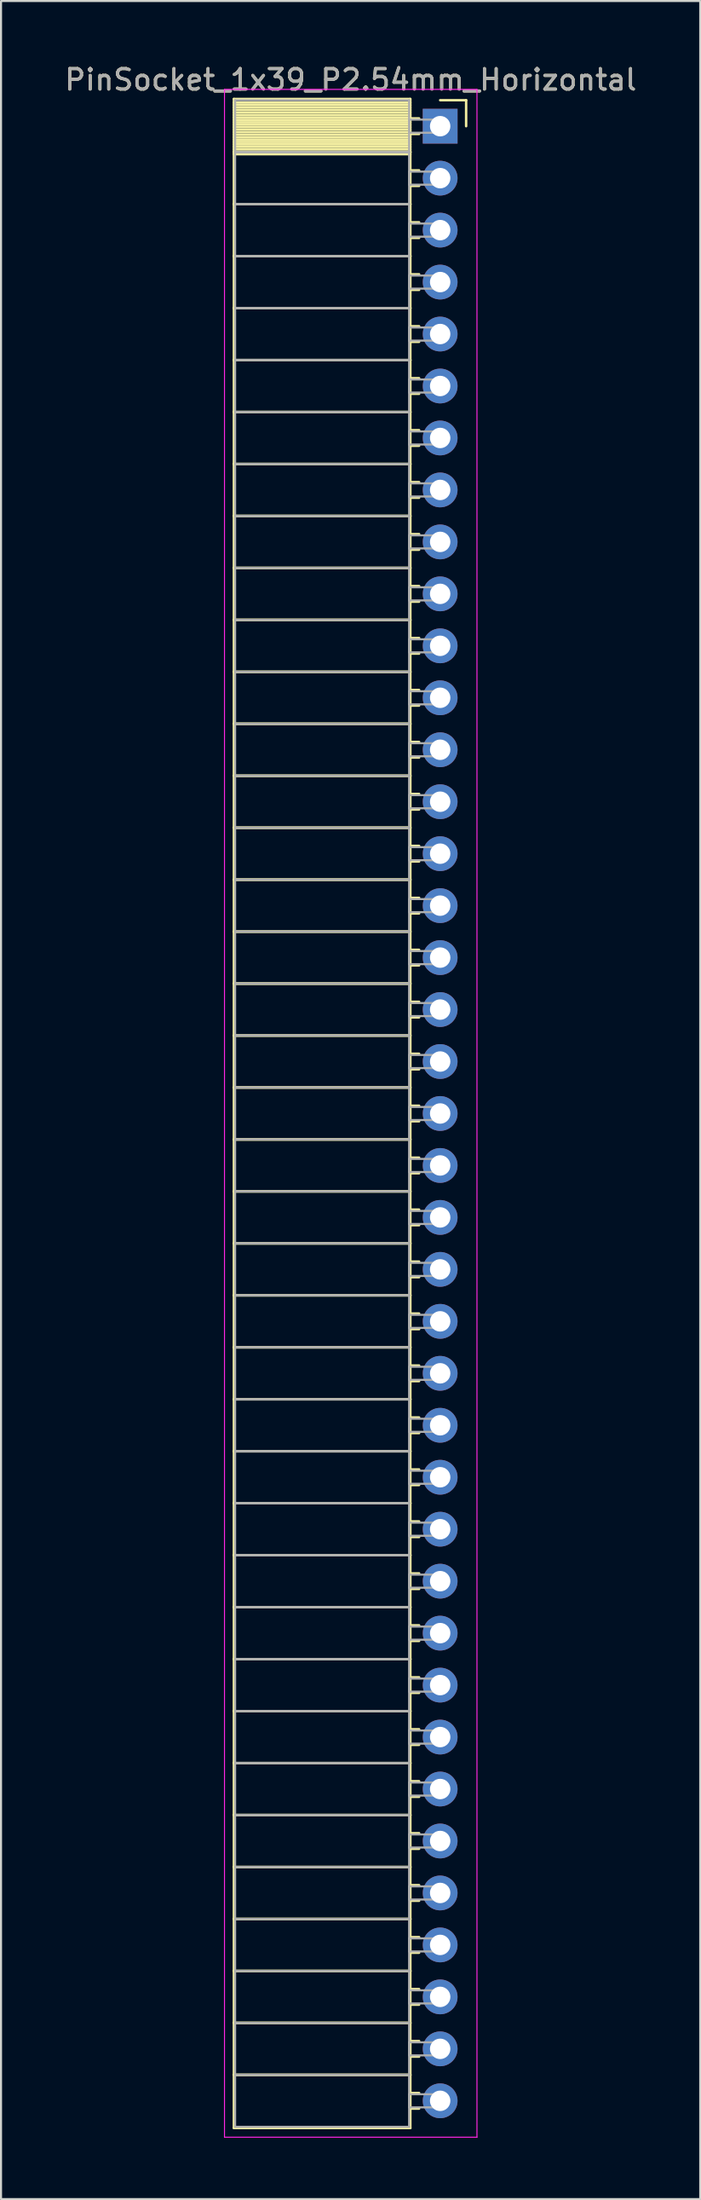
<source format=kicad_pcb>
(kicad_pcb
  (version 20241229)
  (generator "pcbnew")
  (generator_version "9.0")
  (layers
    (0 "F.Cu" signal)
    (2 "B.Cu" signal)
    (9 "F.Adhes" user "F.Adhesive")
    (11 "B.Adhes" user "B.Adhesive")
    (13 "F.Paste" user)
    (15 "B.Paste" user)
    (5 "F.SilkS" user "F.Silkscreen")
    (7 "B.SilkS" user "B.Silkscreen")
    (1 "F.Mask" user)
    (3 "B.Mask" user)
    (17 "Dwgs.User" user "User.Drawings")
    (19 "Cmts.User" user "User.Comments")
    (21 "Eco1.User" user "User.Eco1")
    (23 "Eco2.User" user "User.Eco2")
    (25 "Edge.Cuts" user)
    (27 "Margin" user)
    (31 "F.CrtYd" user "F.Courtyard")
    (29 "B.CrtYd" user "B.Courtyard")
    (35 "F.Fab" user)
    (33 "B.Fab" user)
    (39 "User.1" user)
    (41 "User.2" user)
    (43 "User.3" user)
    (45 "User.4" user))
  (footprint "PinSocket_1x39_P2.54mm_Horizontal"
    (layer "F.Cu")
    (at 18.481 3.118)
    (property "Reference" "PinSocket_1x39_P2.54mm_Horizontal" (at -4.38 -2.27 0) (layer "F.SilkS") (effects (font (size 1 1) (thickness 0.15))))
    (attr through_hole)
    (fp_line (start -10.09 -1.33) (end -1.46 -1.33) (stroke (width 0.12) (type solid)) (layer "F.SilkS"))
    (fp_line (start -10.09 1.27) (end -10.09 -1.33) (stroke (width 0.12) (type solid)) (layer "F.SilkS"))
    (fp_line (start -10.09 1.27) (end -1.46 1.27) (stroke (width 0.12) (type solid)) (layer "F.SilkS"))
    (fp_line (start -10.09 3.81) (end -10.09 1.27) (stroke (width 0.12) (type solid)) (layer "F.SilkS"))
    (fp_line (start -10.09 3.81) (end -1.46 3.81) (stroke (width 0.12) (type solid)) (layer "F.SilkS"))
    (fp_line (start -10.09 6.35) (end -10.09 3.81) (stroke (width 0.12) (type solid)) (layer "F.SilkS"))
    (fp_line (start -10.09 6.35) (end -1.46 6.35) (stroke (width 0.12) (type solid)) (layer "F.SilkS"))
    (fp_line (start -10.09 8.89) (end -10.09 6.35) (stroke (width 0.12) (type solid)) (layer "F.SilkS"))
    (fp_line (start -10.09 8.89) (end -1.46 8.89) (stroke (width 0.12) (type solid)) (layer "F.SilkS"))
    (fp_line (start -10.09 11.43) (end -10.09 8.89) (stroke (width 0.12) (type solid)) (layer "F.SilkS"))
    (fp_line (start -10.09 11.43) (end -1.46 11.43) (stroke (width 0.12) (type solid)) (layer "F.SilkS"))
    (fp_line (start -10.09 13.97) (end -10.09 11.43) (stroke (width 0.12) (type solid)) (layer "F.SilkS"))
    (fp_line (start -10.09 13.97) (end -1.46 13.97) (stroke (width 0.12) (type solid)) (layer "F.SilkS"))
    (fp_line (start -10.09 16.51) (end -10.09 13.97) (stroke (width 0.12) (type solid)) (layer "F.SilkS"))
    (fp_line (start -10.09 16.51) (end -1.46 16.51) (stroke (width 0.12) (type solid)) (layer "F.SilkS"))
    (fp_line (start -10.09 19.05) (end -10.09 16.51) (stroke (width 0.12) (type solid)) (layer "F.SilkS"))
    (fp_line (start -10.09 19.05) (end -1.46 19.05) (stroke (width 0.12) (type solid)) (layer "F.SilkS"))
    (fp_line (start -10.09 21.59) (end -10.09 19.05) (stroke (width 0.12) (type solid)) (layer "F.SilkS"))
    (fp_line (start -10.09 21.59) (end -1.46 21.59) (stroke (width 0.12) (type solid)) (layer "F.SilkS"))
    (fp_line (start -10.09 24.13) (end -10.09 21.59) (stroke (width 0.12) (type solid)) (layer "F.SilkS"))
    (fp_line (start -10.09 24.13) (end -1.46 24.13) (stroke (width 0.12) (type solid)) (layer "F.SilkS"))
    (fp_line (start -10.09 26.67) (end -10.09 24.13) (stroke (width 0.12) (type solid)) (layer "F.SilkS"))
    (fp_line (start -10.09 26.67) (end -1.46 26.67) (stroke (width 0.12) (type solid)) (layer "F.SilkS"))
    (fp_line (start -10.09 29.21) (end -10.09 26.67) (stroke (width 0.12) (type solid)) (layer "F.SilkS"))
    (fp_line (start -10.09 29.21) (end -1.46 29.21) (stroke (width 0.12) (type solid)) (layer "F.SilkS"))
    (fp_line (start -10.09 31.75) (end -10.09 29.21) (stroke (width 0.12) (type solid)) (layer "F.SilkS"))
    (fp_line (start -10.09 31.75) (end -1.46 31.75) (stroke (width 0.12) (type solid)) (layer "F.SilkS"))
    (fp_line (start -10.09 34.29) (end -10.09 31.75) (stroke (width 0.12) (type solid)) (layer "F.SilkS"))
    (fp_line (start -10.09 34.29) (end -1.46 34.29) (stroke (width 0.12) (type solid)) (layer "F.SilkS"))
    (fp_line (start -10.09 36.83) (end -10.09 34.29) (stroke (width 0.12) (type solid)) (layer "F.SilkS"))
    (fp_line (start -10.09 36.83) (end -1.46 36.83) (stroke (width 0.12) (type solid)) (layer "F.SilkS"))
    (fp_line (start -10.09 39.37) (end -10.09 36.83) (stroke (width 0.12) (type solid)) (layer "F.SilkS"))
    (fp_line (start -10.09 39.37) (end -1.46 39.37) (stroke (width 0.12) (type solid)) (layer "F.SilkS"))
    (fp_line (start -10.09 41.91) (end -10.09 39.37) (stroke (width 0.12) (type solid)) (layer "F.SilkS"))
    (fp_line (start -10.09 41.91) (end -1.46 41.91) (stroke (width 0.12) (type solid)) (layer "F.SilkS"))
    (fp_line (start -10.09 44.45) (end -10.09 41.91) (stroke (width 0.12) (type solid)) (layer "F.SilkS"))
    (fp_line (start -10.09 44.45) (end -1.46 44.45) (stroke (width 0.12) (type solid)) (layer "F.SilkS"))
    (fp_line (start -10.09 46.99) (end -10.09 44.45) (stroke (width 0.12) (type solid)) (layer "F.SilkS"))
    (fp_line (start -10.09 46.99) (end -1.46 46.99) (stroke (width 0.12) (type solid)) (layer "F.SilkS"))
    (fp_line (start -10.09 49.53) (end -10.09 46.99) (stroke (width 0.12) (type solid)) (layer "F.SilkS"))
    (fp_line (start -10.09 49.53) (end -1.46 49.53) (stroke (width 0.12) (type solid)) (layer "F.SilkS"))
    (fp_line (start -10.09 52.07) (end -10.09 49.53) (stroke (width 0.12) (type solid)) (layer "F.SilkS"))
    (fp_line (start -10.09 52.07) (end -1.46 52.07) (stroke (width 0.12) (type solid)) (layer "F.SilkS"))
    (fp_line (start -10.09 54.61) (end -10.09 52.07) (stroke (width 0.12) (type solid)) (layer "F.SilkS"))
    (fp_line (start -10.09 54.61) (end -1.46 54.61) (stroke (width 0.12) (type solid)) (layer "F.SilkS"))
    (fp_line (start -10.09 57.15) (end -10.09 54.61) (stroke (width 0.12) (type solid)) (layer "F.SilkS"))
    (fp_line (start -10.09 57.15) (end -1.46 57.15) (stroke (width 0.12) (type solid)) (layer "F.SilkS"))
    (fp_line (start -10.09 59.69) (end -10.09 57.15) (stroke (width 0.12) (type solid)) (layer "F.SilkS"))
    (fp_line (start -10.09 59.69) (end -1.46 59.69) (stroke (width 0.12) (type solid)) (layer "F.SilkS"))
    (fp_line (start -10.09 62.23) (end -10.09 59.69) (stroke (width 0.12) (type solid)) (layer "F.SilkS"))
    (fp_line (start -10.09 62.23) (end -1.46 62.23) (stroke (width 0.12) (type solid)) (layer "F.SilkS"))
    (fp_line (start -10.09 64.77) (end -10.09 62.23) (stroke (width 0.12) (type solid)) (layer "F.SilkS"))
    (fp_line (start -10.09 64.77) (end -1.46 64.77) (stroke (width 0.12) (type solid)) (layer "F.SilkS"))
    (fp_line (start -10.09 67.31) (end -10.09 64.77) (stroke (width 0.12) (type solid)) (layer "F.SilkS"))
    (fp_line (start -10.09 67.31) (end -1.46 67.31) (stroke (width 0.12) (type solid)) (layer "F.SilkS"))
    (fp_line (start -10.09 69.85) (end -10.09 67.31) (stroke (width 0.12) (type solid)) (layer "F.SilkS"))
    (fp_line (start -10.09 69.85) (end -1.46 69.85) (stroke (width 0.12) (type solid)) (layer "F.SilkS"))
    (fp_line (start -10.09 72.39) (end -10.09 69.85) (stroke (width 0.12) (type solid)) (layer "F.SilkS"))
    (fp_line (start -10.09 72.39) (end -1.46 72.39) (stroke (width 0.12) (type solid)) (layer "F.SilkS"))
    (fp_line (start -10.09 74.93) (end -10.09 72.39) (stroke (width 0.12) (type solid)) (layer "F.SilkS"))
    (fp_line (start -10.09 74.93) (end -1.46 74.93) (stroke (width 0.12) (type solid)) (layer "F.SilkS"))
    (fp_line (start -10.09 77.47) (end -10.09 74.93) (stroke (width 0.12) (type solid)) (layer "F.SilkS"))
    (fp_line (start -10.09 77.47) (end -1.46 77.47) (stroke (width 0.12) (type solid)) (layer "F.SilkS"))
    (fp_line (start -10.09 80.01) (end -10.09 77.47) (stroke (width 0.12) (type solid)) (layer "F.SilkS"))
    (fp_line (start -10.09 80.01) (end -1.46 80.01) (stroke (width 0.12) (type solid)) (layer "F.SilkS"))
    (fp_line (start -10.09 82.55) (end -10.09 80.01) (stroke (width 0.12) (type solid)) (layer "F.SilkS"))
    (fp_line (start -10.09 82.55) (end -1.46 82.55) (stroke (width 0.12) (type solid)) (layer "F.SilkS"))
    (fp_line (start -10.09 85.09) (end -10.09 82.55) (stroke (width 0.12) (type solid)) (layer "F.SilkS"))
    (fp_line (start -10.09 85.09) (end -1.46 85.09) (stroke (width 0.12) (type solid)) (layer "F.SilkS"))
    (fp_line (start -10.09 87.63) (end -10.09 85.09) (stroke (width 0.12) (type solid)) (layer "F.SilkS"))
    (fp_line (start -10.09 87.63) (end -1.46 87.63) (stroke (width 0.12) (type solid)) (layer "F.SilkS"))
    (fp_line (start -10.09 90.17) (end -10.09 87.63) (stroke (width 0.12) (type solid)) (layer "F.SilkS"))
    (fp_line (start -10.09 90.17) (end -1.46 90.17) (stroke (width 0.12) (type solid)) (layer "F.SilkS"))
    (fp_line (start -10.09 92.71) (end -10.09 90.17) (stroke (width 0.12) (type solid)) (layer "F.SilkS"))
    (fp_line (start -10.09 92.71) (end -1.46 92.71) (stroke (width 0.12) (type solid)) (layer "F.SilkS"))
    (fp_line (start -10.09 95.25) (end -10.09 92.71) (stroke (width 0.12) (type solid)) (layer "F.SilkS"))
    (fp_line (start -10.09 95.25) (end -1.46 95.25) (stroke (width 0.12) (type solid)) (layer "F.SilkS"))
    (fp_line (start -10.09 97.85) (end -10.09 95.25) (stroke (width 0.12) (type solid)) (layer "F.SilkS"))
    (fp_line (start -1.46 -1.33) (end -1.46 1.27) (stroke (width 0.12) (type solid)) (layer "F.SilkS"))
    (fp_line (start -1.46 -1.15) (end -10.09 -1.15) (stroke (width 0.12) (type solid)) (layer "F.SilkS"))
    (fp_line (start -1.46 -1.03) (end -10.09 -1.03) (stroke (width 0.12) (type solid)) (layer "F.SilkS"))
    (fp_line (start -1.46 -0.91) (end -10.09 -0.91) (stroke (width 0.12) (type solid)) (layer "F.SilkS"))
    (fp_line (start -1.46 -0.79) (end -10.09 -0.79) (stroke (width 0.12) (type solid)) (layer "F.SilkS"))
    (fp_line (start -1.46 -0.67) (end -10.09 -0.67) (stroke (width 0.12) (type solid)) (layer "F.SilkS"))
    (fp_line (start -1.46 -0.55) (end -10.09 -0.55) (stroke (width 0.12) (type solid)) (layer "F.SilkS"))
    (fp_line (start -1.46 -0.43) (end -10.09 -0.43) (stroke (width 0.12) (type solid)) (layer "F.SilkS"))
    (fp_line (start -1.46 -0.31) (end -10.09 -0.31) (stroke (width 0.12) (type solid)) (layer "F.SilkS"))
    (fp_line (start -1.46 -0.19) (end -10.09 -0.19) (stroke (width 0.12) (type solid)) (layer "F.SilkS"))
    (fp_line (start -1.46 -0.07) (end -10.09 -0.07) (stroke (width 0.12) (type solid)) (layer "F.SilkS"))
    (fp_line (start -1.46 0.05) (end -10.09 0.05) (stroke (width 0.12) (type solid)) (layer "F.SilkS"))
    (fp_line (start -1.46 0.17) (end -10.09 0.17) (stroke (width 0.12) (type solid)) (layer "F.SilkS"))
    (fp_line (start -1.46 0.29) (end -10.09 0.29) (stroke (width 0.12) (type solid)) (layer "F.SilkS"))
    (fp_line (start -1.46 0.41) (end -10.09 0.41) (stroke (width 0.12) (type solid)) (layer "F.SilkS"))
    (fp_line (start -1.46 0.53) (end -10.09 0.53) (stroke (width 0.12) (type solid)) (layer "F.SilkS"))
    (fp_line (start -1.46 0.65) (end -10.09 0.65) (stroke (width 0.12) (type solid)) (layer "F.SilkS"))
    (fp_line (start -1.46 0.77) (end -10.09 0.77) (stroke (width 0.12) (type solid)) (layer "F.SilkS"))
    (fp_line (start -1.46 0.89) (end -10.09 0.89) (stroke (width 0.12) (type solid)) (layer "F.SilkS"))
    (fp_line (start -1.46 1.01) (end -10.09 1.01) (stroke (width 0.12) (type solid)) (layer "F.SilkS"))
    (fp_line (start -1.46 1.13) (end -10.09 1.13) (stroke (width 0.12) (type solid)) (layer "F.SilkS"))
    (fp_line (start -1.46 1.25) (end -10.09 1.25) (stroke (width 0.12) (type solid)) (layer "F.SilkS"))
    (fp_line (start -1.46 1.27) (end -10.09 1.27) (stroke (width 0.12) (type solid)) (layer "F.SilkS"))
    (fp_line (start -1.46 1.27) (end -1.46 3.81) (stroke (width 0.12) (type solid)) (layer "F.SilkS"))
    (fp_line (start -1.46 1.37) (end -10.09 1.37) (stroke (width 0.12) (type solid)) (layer "F.SilkS"))
    (fp_line (start -1.46 3.81) (end -10.09 3.81) (stroke (width 0.12) (type solid)) (layer "F.SilkS"))
    (fp_line (start -1.46 3.81) (end -1.46 6.35) (stroke (width 0.12) (type solid)) (layer "F.SilkS"))
    (fp_line (start -1.46 6.35) (end -10.09 6.35) (stroke (width 0.12) (type solid)) (layer "F.SilkS"))
    (fp_line (start -1.46 6.35) (end -1.46 8.89) (stroke (width 0.12) (type solid)) (layer "F.SilkS"))
    (fp_line (start -1.46 8.89) (end -10.09 8.89) (stroke (width 0.12) (type solid)) (layer "F.SilkS"))
    (fp_line (start -1.46 8.89) (end -1.46 11.43) (stroke (width 0.12) (type solid)) (layer "F.SilkS"))
    (fp_line (start -1.46 11.43) (end -10.09 11.43) (stroke (width 0.12) (type solid)) (layer "F.SilkS"))
    (fp_line (start -1.46 11.43) (end -1.46 13.97) (stroke (width 0.12) (type solid)) (layer "F.SilkS"))
    (fp_line (start -1.46 13.97) (end -10.09 13.97) (stroke (width 0.12) (type solid)) (layer "F.SilkS"))
    (fp_line (start -1.46 13.97) (end -1.46 16.51) (stroke (width 0.12) (type solid)) (layer "F.SilkS"))
    (fp_line (start -1.46 16.51) (end -10.09 16.51) (stroke (width 0.12) (type solid)) (layer "F.SilkS"))
    (fp_line (start -1.46 16.51) (end -1.46 19.05) (stroke (width 0.12) (type solid)) (layer "F.SilkS"))
    (fp_line (start -1.46 19.05) (end -10.09 19.05) (stroke (width 0.12) (type solid)) (layer "F.SilkS"))
    (fp_line (start -1.46 19.05) (end -1.46 21.59) (stroke (width 0.12) (type solid)) (layer "F.SilkS"))
    (fp_line (start -1.46 21.59) (end -10.09 21.59) (stroke (width 0.12) (type solid)) (layer "F.SilkS"))
    (fp_line (start -1.46 21.59) (end -1.46 24.13) (stroke (width 0.12) (type solid)) (layer "F.SilkS"))
    (fp_line (start -1.46 24.13) (end -10.09 24.13) (stroke (width 0.12) (type solid)) (layer "F.SilkS"))
    (fp_line (start -1.46 24.13) (end -1.46 26.67) (stroke (width 0.12) (type solid)) (layer "F.SilkS"))
    (fp_line (start -1.46 26.67) (end -10.09 26.67) (stroke (width 0.12) (type solid)) (layer "F.SilkS"))
    (fp_line (start -1.46 26.67) (end -1.46 29.21) (stroke (width 0.12) (type solid)) (layer "F.SilkS"))
    (fp_line (start -1.46 29.21) (end -10.09 29.21) (stroke (width 0.12) (type solid)) (layer "F.SilkS"))
    (fp_line (start -1.46 29.21) (end -1.46 31.75) (stroke (width 0.12) (type solid)) (layer "F.SilkS"))
    (fp_line (start -1.46 31.75) (end -10.09 31.75) (stroke (width 0.12) (type solid)) (layer "F.SilkS"))
    (fp_line (start -1.46 31.75) (end -1.46 34.29) (stroke (width 0.12) (type solid)) (layer "F.SilkS"))
    (fp_line (start -1.46 34.29) (end -10.09 34.29) (stroke (width 0.12) (type solid)) (layer "F.SilkS"))
    (fp_line (start -1.46 34.29) (end -1.46 36.83) (stroke (width 0.12) (type solid)) (layer "F.SilkS"))
    (fp_line (start -1.46 36.83) (end -10.09 36.83) (stroke (width 0.12) (type solid)) (layer "F.SilkS"))
    (fp_line (start -1.46 36.83) (end -1.46 39.37) (stroke (width 0.12) (type solid)) (layer "F.SilkS"))
    (fp_line (start -1.46 39.37) (end -10.09 39.37) (stroke (width 0.12) (type solid)) (layer "F.SilkS"))
    (fp_line (start -1.46 39.37) (end -1.46 41.91) (stroke (width 0.12) (type solid)) (layer "F.SilkS"))
    (fp_line (start -1.46 41.91) (end -10.09 41.91) (stroke (width 0.12) (type solid)) (layer "F.SilkS"))
    (fp_line (start -1.46 41.91) (end -1.46 44.45) (stroke (width 0.12) (type solid)) (layer "F.SilkS"))
    (fp_line (start -1.46 44.45) (end -10.09 44.45) (stroke (width 0.12) (type solid)) (layer "F.SilkS"))
    (fp_line (start -1.46 44.45) (end -1.46 46.99) (stroke (width 0.12) (type solid)) (layer "F.SilkS"))
    (fp_line (start -1.46 46.99) (end -10.09 46.99) (stroke (width 0.12) (type solid)) (layer "F.SilkS"))
    (fp_line (start -1.46 46.99) (end -1.46 49.53) (stroke (width 0.12) (type solid)) (layer "F.SilkS"))
    (fp_line (start -1.46 49.53) (end -10.09 49.53) (stroke (width 0.12) (type solid)) (layer "F.SilkS"))
    (fp_line (start -1.46 49.53) (end -1.46 52.07) (stroke (width 0.12) (type solid)) (layer "F.SilkS"))
    (fp_line (start -1.46 52.07) (end -10.09 52.07) (stroke (width 0.12) (type solid)) (layer "F.SilkS"))
    (fp_line (start -1.46 52.07) (end -1.46 54.61) (stroke (width 0.12) (type solid)) (layer "F.SilkS"))
    (fp_line (start -1.46 54.61) (end -10.09 54.61) (stroke (width 0.12) (type solid)) (layer "F.SilkS"))
    (fp_line (start -1.46 54.61) (end -1.46 57.15) (stroke (width 0.12) (type solid)) (layer "F.SilkS"))
    (fp_line (start -1.46 57.15) (end -10.09 57.15) (stroke (width 0.12) (type solid)) (layer "F.SilkS"))
    (fp_line (start -1.46 57.15) (end -1.46 59.69) (stroke (width 0.12) (type solid)) (layer "F.SilkS"))
    (fp_line (start -1.46 59.69) (end -10.09 59.69) (stroke (width 0.12) (type solid)) (layer "F.SilkS"))
    (fp_line (start -1.46 59.69) (end -1.46 62.23) (stroke (width 0.12) (type solid)) (layer "F.SilkS"))
    (fp_line (start -1.46 62.23) (end -10.09 62.23) (stroke (width 0.12) (type solid)) (layer "F.SilkS"))
    (fp_line (start -1.46 62.23) (end -1.46 64.77) (stroke (width 0.12) (type solid)) (layer "F.SilkS"))
    (fp_line (start -1.46 64.77) (end -10.09 64.77) (stroke (width 0.12) (type solid)) (layer "F.SilkS"))
    (fp_line (start -1.46 64.77) (end -1.46 67.31) (stroke (width 0.12) (type solid)) (layer "F.SilkS"))
    (fp_line (start -1.46 67.31) (end -10.09 67.31) (stroke (width 0.12) (type solid)) (layer "F.SilkS"))
    (fp_line (start -1.46 67.31) (end -1.46 69.85) (stroke (width 0.12) (type solid)) (layer "F.SilkS"))
    (fp_line (start -1.46 69.85) (end -10.09 69.85) (stroke (width 0.12) (type solid)) (layer "F.SilkS"))
    (fp_line (start -1.46 69.85) (end -1.46 72.39) (stroke (width 0.12) (type solid)) (layer "F.SilkS"))
    (fp_line (start -1.46 72.39) (end -10.09 72.39) (stroke (width 0.12) (type solid)) (layer "F.SilkS"))
    (fp_line (start -1.46 72.39) (end -1.46 74.93) (stroke (width 0.12) (type solid)) (layer "F.SilkS"))
    (fp_line (start -1.46 74.93) (end -10.09 74.93) (stroke (width 0.12) (type solid)) (layer "F.SilkS"))
    (fp_line (start -1.46 74.93) (end -1.46 77.47) (stroke (width 0.12) (type solid)) (layer "F.SilkS"))
    (fp_line (start -1.46 77.47) (end -10.09 77.47) (stroke (width 0.12) (type solid)) (layer "F.SilkS"))
    (fp_line (start -1.46 77.47) (end -1.46 80.01) (stroke (width 0.12) (type solid)) (layer "F.SilkS"))
    (fp_line (start -1.46 80.01) (end -10.09 80.01) (stroke (width 0.12) (type solid)) (layer "F.SilkS"))
    (fp_line (start -1.46 80.01) (end -1.46 82.55) (stroke (width 0.12) (type solid)) (layer "F.SilkS"))
    (fp_line (start -1.46 82.55) (end -10.09 82.55) (stroke (width 0.12) (type solid)) (layer "F.SilkS"))
    (fp_line (start -1.46 82.55) (end -1.46 85.09) (stroke (width 0.12) (type solid)) (layer "F.SilkS"))
    (fp_line (start -1.46 85.09) (end -10.09 85.09) (stroke (width 0.12) (type solid)) (layer "F.SilkS"))
    (fp_line (start -1.46 85.09) (end -1.46 87.63) (stroke (width 0.12) (type solid)) (layer "F.SilkS"))
    (fp_line (start -1.46 87.63) (end -10.09 87.63) (stroke (width 0.12) (type solid)) (layer "F.SilkS"))
    (fp_line (start -1.46 87.63) (end -1.46 90.17) (stroke (width 0.12) (type solid)) (layer "F.SilkS"))
    (fp_line (start -1.46 90.17) (end -10.09 90.17) (stroke (width 0.12) (type solid)) (layer "F.SilkS"))
    (fp_line (start -1.46 90.17) (end -1.46 92.71) (stroke (width 0.12) (type solid)) (layer "F.SilkS"))
    (fp_line (start -1.46 92.71) (end -10.09 92.71) (stroke (width 0.12) (type solid)) (layer "F.SilkS"))
    (fp_line (start -1.46 92.71) (end -1.46 95.25) (stroke (width 0.12) (type solid)) (layer "F.SilkS"))
    (fp_line (start -1.46 95.25) (end -10.09 95.25) (stroke (width 0.12) (type solid)) (layer "F.SilkS"))
    (fp_line (start -1.46 95.25) (end -1.46 97.85) (stroke (width 0.12) (type solid)) (layer "F.SilkS"))
    (fp_line (start -1.46 97.85) (end -10.09 97.85) (stroke (width 0.12) (type solid)) (layer "F.SilkS"))
    (fp_line (start -1.03 -0.38) (end -1.46 -0.38) (stroke (width 0.12) (type solid)) (layer "F.SilkS"))
    (fp_line (start -1.03 0.38) (end -1.46 0.38) (stroke (width 0.12) (type solid)) (layer "F.SilkS"))
    (fp_line (start -1.03 2.16) (end -1.46 2.16) (stroke (width 0.12) (type solid)) (layer "F.SilkS"))
    (fp_line (start -1.03 2.92) (end -1.46 2.92) (stroke (width 0.12) (type solid)) (layer "F.SilkS"))
    (fp_line (start -1.03 4.7) (end -1.46 4.7) (stroke (width 0.12) (type solid)) (layer "F.SilkS"))
    (fp_line (start -1.03 5.46) (end -1.46 5.46) (stroke (width 0.12) (type solid)) (layer "F.SilkS"))
    (fp_line (start -1.03 7.24) (end -1.46 7.24) (stroke (width 0.12) (type solid)) (layer "F.SilkS"))
    (fp_line (start -1.03 8) (end -1.46 8) (stroke (width 0.12) (type solid)) (layer "F.SilkS"))
    (fp_line (start -1.03 9.78) (end -1.46 9.78) (stroke (width 0.12) (type solid)) (layer "F.SilkS"))
    (fp_line (start -1.03 10.54) (end -1.46 10.54) (stroke (width 0.12) (type solid)) (layer "F.SilkS"))
    (fp_line (start -1.03 12.32) (end -1.46 12.32) (stroke (width 0.12) (type solid)) (layer "F.SilkS"))
    (fp_line (start -1.03 13.08) (end -1.46 13.08) (stroke (width 0.12) (type solid)) (layer "F.SilkS"))
    (fp_line (start -1.03 14.86) (end -1.46 14.86) (stroke (width 0.12) (type solid)) (layer "F.SilkS"))
    (fp_line (start -1.03 15.62) (end -1.46 15.62) (stroke (width 0.12) (type solid)) (layer "F.SilkS"))
    (fp_line (start -1.03 17.4) (end -1.46 17.4) (stroke (width 0.12) (type solid)) (layer "F.SilkS"))
    (fp_line (start -1.03 18.16) (end -1.46 18.16) (stroke (width 0.12) (type solid)) (layer "F.SilkS"))
    (fp_line (start -1.03 19.94) (end -1.46 19.94) (stroke (width 0.12) (type solid)) (layer "F.SilkS"))
    (fp_line (start -1.03 20.7) (end -1.46 20.7) (stroke (width 0.12) (type solid)) (layer "F.SilkS"))
    (fp_line (start -1.03 22.48) (end -1.46 22.48) (stroke (width 0.12) (type solid)) (layer "F.SilkS"))
    (fp_line (start -1.03 23.24) (end -1.46 23.24) (stroke (width 0.12) (type solid)) (layer "F.SilkS"))
    (fp_line (start -1.03 25.02) (end -1.46 25.02) (stroke (width 0.12) (type solid)) (layer "F.SilkS"))
    (fp_line (start -1.03 25.78) (end -1.46 25.78) (stroke (width 0.12) (type solid)) (layer "F.SilkS"))
    (fp_line (start -1.03 27.56) (end -1.46 27.56) (stroke (width 0.12) (type solid)) (layer "F.SilkS"))
    (fp_line (start -1.03 28.32) (end -1.46 28.32) (stroke (width 0.12) (type solid)) (layer "F.SilkS"))
    (fp_line (start -1.03 30.1) (end -1.46 30.1) (stroke (width 0.12) (type solid)) (layer "F.SilkS"))
    (fp_line (start -1.03 30.86) (end -1.46 30.86) (stroke (width 0.12) (type solid)) (layer "F.SilkS"))
    (fp_line (start -1.03 32.64) (end -1.46 32.64) (stroke (width 0.12) (type solid)) (layer "F.SilkS"))
    (fp_line (start -1.03 33.4) (end -1.46 33.4) (stroke (width 0.12) (type solid)) (layer "F.SilkS"))
    (fp_line (start -1.03 35.18) (end -1.46 35.18) (stroke (width 0.12) (type solid)) (layer "F.SilkS"))
    (fp_line (start -1.03 35.94) (end -1.46 35.94) (stroke (width 0.12) (type solid)) (layer "F.SilkS"))
    (fp_line (start -1.03 37.72) (end -1.46 37.72) (stroke (width 0.12) (type solid)) (layer "F.SilkS"))
    (fp_line (start -1.03 38.48) (end -1.46 38.48) (stroke (width 0.12) (type solid)) (layer "F.SilkS"))
    (fp_line (start -1.03 40.26) (end -1.46 40.26) (stroke (width 0.12) (type solid)) (layer "F.SilkS"))
    (fp_line (start -1.03 41.02) (end -1.46 41.02) (stroke (width 0.12) (type solid)) (layer "F.SilkS"))
    (fp_line (start -1.03 42.8) (end -1.46 42.8) (stroke (width 0.12) (type solid)) (layer "F.SilkS"))
    (fp_line (start -1.03 43.56) (end -1.46 43.56) (stroke (width 0.12) (type solid)) (layer "F.SilkS"))
    (fp_line (start -1.03 45.34) (end -1.46 45.34) (stroke (width 0.12) (type solid)) (layer "F.SilkS"))
    (fp_line (start -1.03 46.1) (end -1.46 46.1) (stroke (width 0.12) (type solid)) (layer "F.SilkS"))
    (fp_line (start -1.03 47.88) (end -1.46 47.88) (stroke (width 0.12) (type solid)) (layer "F.SilkS"))
    (fp_line (start -1.03 48.64) (end -1.46 48.64) (stroke (width 0.12) (type solid)) (layer "F.SilkS"))
    (fp_line (start -1.03 50.42) (end -1.46 50.42) (stroke (width 0.12) (type solid)) (layer "F.SilkS"))
    (fp_line (start -1.03 51.18) (end -1.46 51.18) (stroke (width 0.12) (type solid)) (layer "F.SilkS"))
    (fp_line (start -1.03 52.96) (end -1.46 52.96) (stroke (width 0.12) (type solid)) (layer "F.SilkS"))
    (fp_line (start -1.03 53.72) (end -1.46 53.72) (stroke (width 0.12) (type solid)) (layer "F.SilkS"))
    (fp_line (start -1.03 55.5) (end -1.46 55.5) (stroke (width 0.12) (type solid)) (layer "F.SilkS"))
    (fp_line (start -1.03 56.26) (end -1.46 56.26) (stroke (width 0.12) (type solid)) (layer "F.SilkS"))
    (fp_line (start -1.03 58.04) (end -1.46 58.04) (stroke (width 0.12) (type solid)) (layer "F.SilkS"))
    (fp_line (start -1.03 58.8) (end -1.46 58.8) (stroke (width 0.12) (type solid)) (layer "F.SilkS"))
    (fp_line (start -1.03 60.58) (end -1.46 60.58) (stroke (width 0.12) (type solid)) (layer "F.SilkS"))
    (fp_line (start -1.03 61.34) (end -1.46 61.34) (stroke (width 0.12) (type solid)) (layer "F.SilkS"))
    (fp_line (start -1.03 63.12) (end -1.46 63.12) (stroke (width 0.12) (type solid)) (layer "F.SilkS"))
    (fp_line (start -1.03 63.88) (end -1.46 63.88) (stroke (width 0.12) (type solid)) (layer "F.SilkS"))
    (fp_line (start -1.03 65.66) (end -1.46 65.66) (stroke (width 0.12) (type solid)) (layer "F.SilkS"))
    (fp_line (start -1.03 66.42) (end -1.46 66.42) (stroke (width 0.12) (type solid)) (layer "F.SilkS"))
    (fp_line (start -1.03 68.2) (end -1.46 68.2) (stroke (width 0.12) (type solid)) (layer "F.SilkS"))
    (fp_line (start -1.03 68.96) (end -1.46 68.96) (stroke (width 0.12) (type solid)) (layer "F.SilkS"))
    (fp_line (start -1.03 70.74) (end -1.46 70.74) (stroke (width 0.12) (type solid)) (layer "F.SilkS"))
    (fp_line (start -1.03 71.5) (end -1.46 71.5) (stroke (width 0.12) (type solid)) (layer "F.SilkS"))
    (fp_line (start -1.03 73.28) (end -1.46 73.28) (stroke (width 0.12) (type solid)) (layer "F.SilkS"))
    (fp_line (start -1.03 74.04) (end -1.46 74.04) (stroke (width 0.12) (type solid)) (layer "F.SilkS"))
    (fp_line (start -1.03 75.82) (end -1.46 75.82) (stroke (width 0.12) (type solid)) (layer "F.SilkS"))
    (fp_line (start -1.03 76.58) (end -1.46 76.58) (stroke (width 0.12) (type solid)) (layer "F.SilkS"))
    (fp_line (start -1.03 78.36) (end -1.46 78.36) (stroke (width 0.12) (type solid)) (layer "F.SilkS"))
    (fp_line (start -1.03 79.12) (end -1.46 79.12) (stroke (width 0.12) (type solid)) (layer "F.SilkS"))
    (fp_line (start -1.03 80.9) (end -1.46 80.9) (stroke (width 0.12) (type solid)) (layer "F.SilkS"))
    (fp_line (start -1.03 81.66) (end -1.46 81.66) (stroke (width 0.12) (type solid)) (layer "F.SilkS"))
    (fp_line (start -1.03 83.44) (end -1.46 83.44) (stroke (width 0.12) (type solid)) (layer "F.SilkS"))
    (fp_line (start -1.03 84.2) (end -1.46 84.2) (stroke (width 0.12) (type solid)) (layer "F.SilkS"))
    (fp_line (start -1.03 85.98) (end -1.46 85.98) (stroke (width 0.12) (type solid)) (layer "F.SilkS"))
    (fp_line (start -1.03 86.74) (end -1.46 86.74) (stroke (width 0.12) (type solid)) (layer "F.SilkS"))
    (fp_line (start -1.03 88.52) (end -1.46 88.52) (stroke (width 0.12) (type solid)) (layer "F.SilkS"))
    (fp_line (start -1.03 89.28) (end -1.46 89.28) (stroke (width 0.12) (type solid)) (layer "F.SilkS"))
    (fp_line (start -1.03 91.06) (end -1.46 91.06) (stroke (width 0.12) (type solid)) (layer "F.SilkS"))
    (fp_line (start -1.03 91.82) (end -1.46 91.82) (stroke (width 0.12) (type solid)) (layer "F.SilkS"))
    (fp_line (start -1.03 93.6) (end -1.46 93.6) (stroke (width 0.12) (type solid)) (layer "F.SilkS"))
    (fp_line (start -1.03 94.36) (end -1.46 94.36) (stroke (width 0.12) (type solid)) (layer "F.SilkS"))
    (fp_line (start -1.03 96.14) (end -1.46 96.14) (stroke (width 0.12) (type solid)) (layer "F.SilkS"))
    (fp_line (start -1.03 96.9) (end -1.46 96.9) (stroke (width 0.12) (type solid)) (layer "F.SilkS"))
    (fp_line (start 0 -1.27) (end 1.27 -1.27) (stroke (width 0.12) (type solid)) (layer "F.SilkS"))
    (fp_line (start 1.27 -1.27) (end 1.27 0) (stroke (width 0.12) (type solid)) (layer "F.SilkS"))
    (fp_line (start -10.55 -1.8) (end 1.8 -1.8) (stroke (width 0.05) (type solid)) (layer "F.CrtYd"))
    (fp_line (start -10.55 98.3) (end -10.55 -1.8) (stroke (width 0.05) (type solid)) (layer "F.CrtYd"))
    (fp_line (start 1.8 -1.8) (end 1.8 98.3) (stroke (width 0.05) (type solid)) (layer "F.CrtYd"))
    (fp_line (start 1.8 98.3) (end -10.55 98.3) (stroke (width 0.05) (type solid)) (layer "F.CrtYd"))
    (fp_line (start -10.03 -1.27) (end -1.52 -1.27) (stroke (width 0.1) (type solid)) (layer "F.Fab"))
    (fp_line (start -10.03 1.27) (end -10.03 -1.27) (stroke (width 0.1) (type solid)) (layer "F.Fab"))
    (fp_line (start -10.03 1.27) (end -1.52 1.27) (stroke (width 0.1) (type solid)) (layer "F.Fab"))
    (fp_line (start -10.03 3.81) (end -10.03 1.27) (stroke (width 0.1) (type solid)) (layer "F.Fab"))
    (fp_line (start -10.03 3.81) (end -1.52 3.81) (stroke (width 0.1) (type solid)) (layer "F.Fab"))
    (fp_line (start -10.03 6.35) (end -10.03 3.81) (stroke (width 0.1) (type solid)) (layer "F.Fab"))
    (fp_line (start -10.03 6.35) (end -1.52 6.35) (stroke (width 0.1) (type solid)) (layer "F.Fab"))
    (fp_line (start -10.03 8.89) (end -10.03 6.35) (stroke (width 0.1) (type solid)) (layer "F.Fab"))
    (fp_line (start -10.03 8.89) (end -1.52 8.89) (stroke (width 0.1) (type solid)) (layer "F.Fab"))
    (fp_line (start -10.03 11.43) (end -10.03 8.89) (stroke (width 0.1) (type solid)) (layer "F.Fab"))
    (fp_line (start -10.03 11.43) (end -1.52 11.43) (stroke (width 0.1) (type solid)) (layer "F.Fab"))
    (fp_line (start -10.03 13.97) (end -10.03 11.43) (stroke (width 0.1) (type solid)) (layer "F.Fab"))
    (fp_line (start -10.03 13.97) (end -1.52 13.97) (stroke (width 0.1) (type solid)) (layer "F.Fab"))
    (fp_line (start -10.03 16.51) (end -10.03 13.97) (stroke (width 0.1) (type solid)) (layer "F.Fab"))
    (fp_line (start -10.03 16.51) (end -1.52 16.51) (stroke (width 0.1) (type solid)) (layer "F.Fab"))
    (fp_line (start -10.03 19.05) (end -10.03 16.51) (stroke (width 0.1) (type solid)) (layer "F.Fab"))
    (fp_line (start -10.03 19.05) (end -1.52 19.05) (stroke (width 0.1) (type solid)) (layer "F.Fab"))
    (fp_line (start -10.03 21.59) (end -10.03 19.05) (stroke (width 0.1) (type solid)) (layer "F.Fab"))
    (fp_line (start -10.03 21.59) (end -1.52 21.59) (stroke (width 0.1) (type solid)) (layer "F.Fab"))
    (fp_line (start -10.03 24.13) (end -10.03 21.59) (stroke (width 0.1) (type solid)) (layer "F.Fab"))
    (fp_line (start -10.03 24.13) (end -1.52 24.13) (stroke (width 0.1) (type solid)) (layer "F.Fab"))
    (fp_line (start -10.03 26.67) (end -10.03 24.13) (stroke (width 0.1) (type solid)) (layer "F.Fab"))
    (fp_line (start -10.03 26.67) (end -1.52 26.67) (stroke (width 0.1) (type solid)) (layer "F.Fab"))
    (fp_line (start -10.03 29.21) (end -10.03 26.67) (stroke (width 0.1) (type solid)) (layer "F.Fab"))
    (fp_line (start -10.03 29.21) (end -1.52 29.21) (stroke (width 0.1) (type solid)) (layer "F.Fab"))
    (fp_line (start -10.03 31.75) (end -10.03 29.21) (stroke (width 0.1) (type solid)) (layer "F.Fab"))
    (fp_line (start -10.03 31.75) (end -1.52 31.75) (stroke (width 0.1) (type solid)) (layer "F.Fab"))
    (fp_line (start -10.03 34.29) (end -10.03 31.75) (stroke (width 0.1) (type solid)) (layer "F.Fab"))
    (fp_line (start -10.03 34.29) (end -1.52 34.29) (stroke (width 0.1) (type solid)) (layer "F.Fab"))
    (fp_line (start -10.03 36.83) (end -10.03 34.29) (stroke (width 0.1) (type solid)) (layer "F.Fab"))
    (fp_line (start -10.03 36.83) (end -1.52 36.83) (stroke (width 0.1) (type solid)) (layer "F.Fab"))
    (fp_line (start -10.03 39.37) (end -10.03 36.83) (stroke (width 0.1) (type solid)) (layer "F.Fab"))
    (fp_line (start -10.03 39.37) (end -1.52 39.37) (stroke (width 0.1) (type solid)) (layer "F.Fab"))
    (fp_line (start -10.03 41.91) (end -10.03 39.37) (stroke (width 0.1) (type solid)) (layer "F.Fab"))
    (fp_line (start -10.03 41.91) (end -1.52 41.91) (stroke (width 0.1) (type solid)) (layer "F.Fab"))
    (fp_line (start -10.03 44.45) (end -10.03 41.91) (stroke (width 0.1) (type solid)) (layer "F.Fab"))
    (fp_line (start -10.03 44.45) (end -1.52 44.45) (stroke (width 0.1) (type solid)) (layer "F.Fab"))
    (fp_line (start -10.03 46.99) (end -10.03 44.45) (stroke (width 0.1) (type solid)) (layer "F.Fab"))
    (fp_line (start -10.03 46.99) (end -1.52 46.99) (stroke (width 0.1) (type solid)) (layer "F.Fab"))
    (fp_line (start -10.03 49.53) (end -10.03 46.99) (stroke (width 0.1) (type solid)) (layer "F.Fab"))
    (fp_line (start -10.03 49.53) (end -1.52 49.53) (stroke (width 0.1) (type solid)) (layer "F.Fab"))
    (fp_line (start -10.03 52.07) (end -10.03 49.53) (stroke (width 0.1) (type solid)) (layer "F.Fab"))
    (fp_line (start -10.03 52.07) (end -1.52 52.07) (stroke (width 0.1) (type solid)) (layer "F.Fab"))
    (fp_line (start -10.03 54.61) (end -10.03 52.07) (stroke (width 0.1) (type solid)) (layer "F.Fab"))
    (fp_line (start -10.03 54.61) (end -1.52 54.61) (stroke (width 0.1) (type solid)) (layer "F.Fab"))
    (fp_line (start -10.03 57.15) (end -10.03 54.61) (stroke (width 0.1) (type solid)) (layer "F.Fab"))
    (fp_line (start -10.03 57.15) (end -1.52 57.15) (stroke (width 0.1) (type solid)) (layer "F.Fab"))
    (fp_line (start -10.03 59.69) (end -10.03 57.15) (stroke (width 0.1) (type solid)) (layer "F.Fab"))
    (fp_line (start -10.03 59.69) (end -1.52 59.69) (stroke (width 0.1) (type solid)) (layer "F.Fab"))
    (fp_line (start -10.03 62.23) (end -10.03 59.69) (stroke (width 0.1) (type solid)) (layer "F.Fab"))
    (fp_line (start -10.03 62.23) (end -1.52 62.23) (stroke (width 0.1) (type solid)) (layer "F.Fab"))
    (fp_line (start -10.03 64.77) (end -10.03 62.23) (stroke (width 0.1) (type solid)) (layer "F.Fab"))
    (fp_line (start -10.03 64.77) (end -1.52 64.77) (stroke (width 0.1) (type solid)) (layer "F.Fab"))
    (fp_line (start -10.03 67.31) (end -10.03 64.77) (stroke (width 0.1) (type solid)) (layer "F.Fab"))
    (fp_line (start -10.03 67.31) (end -1.52 67.31) (stroke (width 0.1) (type solid)) (layer "F.Fab"))
    (fp_line (start -10.03 69.85) (end -10.03 67.31) (stroke (width 0.1) (type solid)) (layer "F.Fab"))
    (fp_line (start -10.03 69.85) (end -1.52 69.85) (stroke (width 0.1) (type solid)) (layer "F.Fab"))
    (fp_line (start -10.03 72.39) (end -10.03 69.85) (stroke (width 0.1) (type solid)) (layer "F.Fab"))
    (fp_line (start -10.03 72.39) (end -1.52 72.39) (stroke (width 0.1) (type solid)) (layer "F.Fab"))
    (fp_line (start -10.03 74.93) (end -10.03 72.39) (stroke (width 0.1) (type solid)) (layer "F.Fab"))
    (fp_line (start -10.03 74.93) (end -1.52 74.93) (stroke (width 0.1) (type solid)) (layer "F.Fab"))
    (fp_line (start -10.03 77.47) (end -10.03 74.93) (stroke (width 0.1) (type solid)) (layer "F.Fab"))
    (fp_line (start -10.03 77.47) (end -1.52 77.47) (stroke (width 0.1) (type solid)) (layer "F.Fab"))
    (fp_line (start -10.03 80.01) (end -10.03 77.47) (stroke (width 0.1) (type solid)) (layer "F.Fab"))
    (fp_line (start -10.03 80.01) (end -1.52 80.01) (stroke (width 0.1) (type solid)) (layer "F.Fab"))
    (fp_line (start -10.03 82.55) (end -10.03 80.01) (stroke (width 0.1) (type solid)) (layer "F.Fab"))
    (fp_line (start -10.03 82.55) (end -1.52 82.55) (stroke (width 0.1) (type solid)) (layer "F.Fab"))
    (fp_line (start -10.03 85.09) (end -10.03 82.55) (stroke (width 0.1) (type solid)) (layer "F.Fab"))
    (fp_line (start -10.03 85.09) (end -1.52 85.09) (stroke (width 0.1) (type solid)) (layer "F.Fab"))
    (fp_line (start -10.03 87.63) (end -10.03 85.09) (stroke (width 0.1) (type solid)) (layer "F.Fab"))
    (fp_line (start -10.03 87.63) (end -1.52 87.63) (stroke (width 0.1) (type solid)) (layer "F.Fab"))
    (fp_line (start -10.03 90.17) (end -10.03 87.63) (stroke (width 0.1) (type solid)) (layer "F.Fab"))
    (fp_line (start -10.03 90.17) (end -1.52 90.17) (stroke (width 0.1) (type solid)) (layer "F.Fab"))
    (fp_line (start -10.03 92.71) (end -10.03 90.17) (stroke (width 0.1) (type solid)) (layer "F.Fab"))
    (fp_line (start -10.03 92.71) (end -1.52 92.71) (stroke (width 0.1) (type solid)) (layer "F.Fab"))
    (fp_line (start -10.03 95.25) (end -10.03 92.71) (stroke (width 0.1) (type solid)) (layer "F.Fab"))
    (fp_line (start -10.03 95.25) (end -1.52 95.25) (stroke (width 0.1) (type solid)) (layer "F.Fab"))
    (fp_line (start -10.03 97.79) (end -10.03 95.25) (stroke (width 0.1) (type solid)) (layer "F.Fab"))
    (fp_line (start -1.52 -1.27) (end -1.52 1.27) (stroke (width 0.1) (type solid)) (layer "F.Fab"))
    (fp_line (start -1.52 -0.32) (end 0 -0.32) (stroke (width 0.1) (type solid)) (layer "F.Fab"))
    (fp_line (start -1.52 0.32) (end -1.52 -0.32) (stroke (width 0.1) (type solid)) (layer "F.Fab"))
    (fp_line (start -1.52 1.27) (end -10.03 1.27) (stroke (width 0.1) (type solid)) (layer "F.Fab"))
    (fp_line (start -1.52 1.27) (end -1.52 3.81) (stroke (width 0.1) (type solid)) (layer "F.Fab"))
    (fp_line (start -1.52 2.22) (end 0 2.22) (stroke (width 0.1) (type solid)) (layer "F.Fab"))
    (fp_line (start -1.52 2.86) (end -1.52 2.22) (stroke (width 0.1) (type solid)) (layer "F.Fab"))
    (fp_line (start -1.52 3.81) (end -10.03 3.81) (stroke (width 0.1) (type solid)) (layer "F.Fab"))
    (fp_line (start -1.52 3.81) (end -1.52 6.35) (stroke (width 0.1) (type solid)) (layer "F.Fab"))
    (fp_line (start -1.52 4.76) (end 0 4.76) (stroke (width 0.1) (type solid)) (layer "F.Fab"))
    (fp_line (start -1.52 5.4) (end -1.52 4.76) (stroke (width 0.1) (type solid)) (layer "F.Fab"))
    (fp_line (start -1.52 6.35) (end -10.03 6.35) (stroke (width 0.1) (type solid)) (layer "F.Fab"))
    (fp_line (start -1.52 6.35) (end -1.52 8.89) (stroke (width 0.1) (type solid)) (layer "F.Fab"))
    (fp_line (start -1.52 7.3) (end 0 7.3) (stroke (width 0.1) (type solid)) (layer "F.Fab"))
    (fp_line (start -1.52 7.94) (end -1.52 7.3) (stroke (width 0.1) (type solid)) (layer "F.Fab"))
    (fp_line (start -1.52 8.89) (end -10.03 8.89) (stroke (width 0.1) (type solid)) (layer "F.Fab"))
    (fp_line (start -1.52 8.89) (end -1.52 11.43) (stroke (width 0.1) (type solid)) (layer "F.Fab"))
    (fp_line (start -1.52 9.84) (end 0 9.84) (stroke (width 0.1) (type solid)) (layer "F.Fab"))
    (fp_line (start -1.52 10.48) (end -1.52 9.84) (stroke (width 0.1) (type solid)) (layer "F.Fab"))
    (fp_line (start -1.52 11.43) (end -10.03 11.43) (stroke (width 0.1) (type solid)) (layer "F.Fab"))
    (fp_line (start -1.52 11.43) (end -1.52 13.97) (stroke (width 0.1) (type solid)) (layer "F.Fab"))
    (fp_line (start -1.52 12.38) (end 0 12.38) (stroke (width 0.1) (type solid)) (layer "F.Fab"))
    (fp_line (start -1.52 13.02) (end -1.52 12.38) (stroke (width 0.1) (type solid)) (layer "F.Fab"))
    (fp_line (start -1.52 13.97) (end -10.03 13.97) (stroke (width 0.1) (type solid)) (layer "F.Fab"))
    (fp_line (start -1.52 13.97) (end -1.52 16.51) (stroke (width 0.1) (type solid)) (layer "F.Fab"))
    (fp_line (start -1.52 14.92) (end 0 14.92) (stroke (width 0.1) (type solid)) (layer "F.Fab"))
    (fp_line (start -1.52 15.56) (end -1.52 14.92) (stroke (width 0.1) (type solid)) (layer "F.Fab"))
    (fp_line (start -1.52 16.51) (end -10.03 16.51) (stroke (width 0.1) (type solid)) (layer "F.Fab"))
    (fp_line (start -1.52 16.51) (end -1.52 19.05) (stroke (width 0.1) (type solid)) (layer "F.Fab"))
    (fp_line (start -1.52 17.46) (end 0 17.46) (stroke (width 0.1) (type solid)) (layer "F.Fab"))
    (fp_line (start -1.52 18.1) (end -1.52 17.46) (stroke (width 0.1) (type solid)) (layer "F.Fab"))
    (fp_line (start -1.52 19.05) (end -10.03 19.05) (stroke (width 0.1) (type solid)) (layer "F.Fab"))
    (fp_line (start -1.52 19.05) (end -1.52 21.59) (stroke (width 0.1) (type solid)) (layer "F.Fab"))
    (fp_line (start -1.52 20) (end 0 20) (stroke (width 0.1) (type solid)) (layer "F.Fab"))
    (fp_line (start -1.52 20.64) (end -1.52 20) (stroke (width 0.1) (type solid)) (layer "F.Fab"))
    (fp_line (start -1.52 21.59) (end -10.03 21.59) (stroke (width 0.1) (type solid)) (layer "F.Fab"))
    (fp_line (start -1.52 21.59) (end -1.52 24.13) (stroke (width 0.1) (type solid)) (layer "F.Fab"))
    (fp_line (start -1.52 22.54) (end 0 22.54) (stroke (width 0.1) (type solid)) (layer "F.Fab"))
    (fp_line (start -1.52 23.18) (end -1.52 22.54) (stroke (width 0.1) (type solid)) (layer "F.Fab"))
    (fp_line (start -1.52 24.13) (end -10.03 24.13) (stroke (width 0.1) (type solid)) (layer "F.Fab"))
    (fp_line (start -1.52 24.13) (end -1.52 26.67) (stroke (width 0.1) (type solid)) (layer "F.Fab"))
    (fp_line (start -1.52 25.08) (end 0 25.08) (stroke (width 0.1) (type solid)) (layer "F.Fab"))
    (fp_line (start -1.52 25.72) (end -1.52 25.08) (stroke (width 0.1) (type solid)) (layer "F.Fab"))
    (fp_line (start -1.52 26.67) (end -10.03 26.67) (stroke (width 0.1) (type solid)) (layer "F.Fab"))
    (fp_line (start -1.52 26.67) (end -1.52 29.21) (stroke (width 0.1) (type solid)) (layer "F.Fab"))
    (fp_line (start -1.52 27.62) (end 0 27.62) (stroke (width 0.1) (type solid)) (layer "F.Fab"))
    (fp_line (start -1.52 28.26) (end -1.52 27.62) (stroke (width 0.1) (type solid)) (layer "F.Fab"))
    (fp_line (start -1.52 29.21) (end -10.03 29.21) (stroke (width 0.1) (type solid)) (layer "F.Fab"))
    (fp_line (start -1.52 29.21) (end -1.52 31.75) (stroke (width 0.1) (type solid)) (layer "F.Fab"))
    (fp_line (start -1.52 30.16) (end 0 30.16) (stroke (width 0.1) (type solid)) (layer "F.Fab"))
    (fp_line (start -1.52 30.8) (end -1.52 30.16) (stroke (width 0.1) (type solid)) (layer "F.Fab"))
    (fp_line (start -1.52 31.75) (end -10.03 31.75) (stroke (width 0.1) (type solid)) (layer "F.Fab"))
    (fp_line (start -1.52 31.75) (end -1.52 34.29) (stroke (width 0.1) (type solid)) (layer "F.Fab"))
    (fp_line (start -1.52 32.7) (end 0 32.7) (stroke (width 0.1) (type solid)) (layer "F.Fab"))
    (fp_line (start -1.52 33.34) (end -1.52 32.7) (stroke (width 0.1) (type solid)) (layer "F.Fab"))
    (fp_line (start -1.52 34.29) (end -10.03 34.29) (stroke (width 0.1) (type solid)) (layer "F.Fab"))
    (fp_line (start -1.52 34.29) (end -1.52 36.83) (stroke (width 0.1) (type solid)) (layer "F.Fab"))
    (fp_line (start -1.52 35.24) (end 0 35.24) (stroke (width 0.1) (type solid)) (layer "F.Fab"))
    (fp_line (start -1.52 35.88) (end -1.52 35.24) (stroke (width 0.1) (type solid)) (layer "F.Fab"))
    (fp_line (start -1.52 36.83) (end -10.03 36.83) (stroke (width 0.1) (type solid)) (layer "F.Fab"))
    (fp_line (start -1.52 36.83) (end -1.52 39.37) (stroke (width 0.1) (type solid)) (layer "F.Fab"))
    (fp_line (start -1.52 37.78) (end 0 37.78) (stroke (width 0.1) (type solid)) (layer "F.Fab"))
    (fp_line (start -1.52 38.42) (end -1.52 37.78) (stroke (width 0.1) (type solid)) (layer "F.Fab"))
    (fp_line (start -1.52 39.37) (end -10.03 39.37) (stroke (width 0.1) (type solid)) (layer "F.Fab"))
    (fp_line (start -1.52 39.37) (end -1.52 41.91) (stroke (width 0.1) (type solid)) (layer "F.Fab"))
    (fp_line (start -1.52 40.32) (end 0 40.32) (stroke (width 0.1) (type solid)) (layer "F.Fab"))
    (fp_line (start -1.52 40.96) (end -1.52 40.32) (stroke (width 0.1) (type solid)) (layer "F.Fab"))
    (fp_line (start -1.52 41.91) (end -10.03 41.91) (stroke (width 0.1) (type solid)) (layer "F.Fab"))
    (fp_line (start -1.52 41.91) (end -1.52 44.45) (stroke (width 0.1) (type solid)) (layer "F.Fab"))
    (fp_line (start -1.52 42.86) (end 0 42.86) (stroke (width 0.1) (type solid)) (layer "F.Fab"))
    (fp_line (start -1.52 43.5) (end -1.52 42.86) (stroke (width 0.1) (type solid)) (layer "F.Fab"))
    (fp_line (start -1.52 44.45) (end -10.03 44.45) (stroke (width 0.1) (type solid)) (layer "F.Fab"))
    (fp_line (start -1.52 44.45) (end -1.52 46.99) (stroke (width 0.1) (type solid)) (layer "F.Fab"))
    (fp_line (start -1.52 45.4) (end 0 45.4) (stroke (width 0.1) (type solid)) (layer "F.Fab"))
    (fp_line (start -1.52 46.04) (end -1.52 45.4) (stroke (width 0.1) (type solid)) (layer "F.Fab"))
    (fp_line (start -1.52 46.99) (end -10.03 46.99) (stroke (width 0.1) (type solid)) (layer "F.Fab"))
    (fp_line (start -1.52 46.99) (end -1.52 49.53) (stroke (width 0.1) (type solid)) (layer "F.Fab"))
    (fp_line (start -1.52 47.94) (end 0 47.94) (stroke (width 0.1) (type solid)) (layer "F.Fab"))
    (fp_line (start -1.52 48.58) (end -1.52 47.94) (stroke (width 0.1) (type solid)) (layer "F.Fab"))
    (fp_line (start -1.52 49.53) (end -10.03 49.53) (stroke (width 0.1) (type solid)) (layer "F.Fab"))
    (fp_line (start -1.52 49.53) (end -1.52 52.07) (stroke (width 0.1) (type solid)) (layer "F.Fab"))
    (fp_line (start -1.52 50.48) (end 0 50.48) (stroke (width 0.1) (type solid)) (layer "F.Fab"))
    (fp_line (start -1.52 51.12) (end -1.52 50.48) (stroke (width 0.1) (type solid)) (layer "F.Fab"))
    (fp_line (start -1.52 52.07) (end -10.03 52.07) (stroke (width 0.1) (type solid)) (layer "F.Fab"))
    (fp_line (start -1.52 52.07) (end -1.52 54.61) (stroke (width 0.1) (type solid)) (layer "F.Fab"))
    (fp_line (start -1.52 53.02) (end 0 53.02) (stroke (width 0.1) (type solid)) (layer "F.Fab"))
    (fp_line (start -1.52 53.66) (end -1.52 53.02) (stroke (width 0.1) (type solid)) (layer "F.Fab"))
    (fp_line (start -1.52 54.61) (end -10.03 54.61) (stroke (width 0.1) (type solid)) (layer "F.Fab"))
    (fp_line (start -1.52 54.61) (end -1.52 57.15) (stroke (width 0.1) (type solid)) (layer "F.Fab"))
    (fp_line (start -1.52 55.56) (end 0 55.56) (stroke (width 0.1) (type solid)) (layer "F.Fab"))
    (fp_line (start -1.52 56.2) (end -1.52 55.56) (stroke (width 0.1) (type solid)) (layer "F.Fab"))
    (fp_line (start -1.52 57.15) (end -10.03 57.15) (stroke (width 0.1) (type solid)) (layer "F.Fab"))
    (fp_line (start -1.52 57.15) (end -1.52 59.69) (stroke (width 0.1) (type solid)) (layer "F.Fab"))
    (fp_line (start -1.52 58.1) (end 0 58.1) (stroke (width 0.1) (type solid)) (layer "F.Fab"))
    (fp_line (start -1.52 58.74) (end -1.52 58.1) (stroke (width 0.1) (type solid)) (layer "F.Fab"))
    (fp_line (start -1.52 59.69) (end -10.03 59.69) (stroke (width 0.1) (type solid)) (layer "F.Fab"))
    (fp_line (start -1.52 59.69) (end -1.52 62.23) (stroke (width 0.1) (type solid)) (layer "F.Fab"))
    (fp_line (start -1.52 60.64) (end 0 60.64) (stroke (width 0.1) (type solid)) (layer "F.Fab"))
    (fp_line (start -1.52 61.28) (end -1.52 60.64) (stroke (width 0.1) (type solid)) (layer "F.Fab"))
    (fp_line (start -1.52 62.23) (end -10.03 62.23) (stroke (width 0.1) (type solid)) (layer "F.Fab"))
    (fp_line (start -1.52 62.23) (end -1.52 64.77) (stroke (width 0.1) (type solid)) (layer "F.Fab"))
    (fp_line (start -1.52 63.18) (end 0 63.18) (stroke (width 0.1) (type solid)) (layer "F.Fab"))
    (fp_line (start -1.52 63.82) (end -1.52 63.18) (stroke (width 0.1) (type solid)) (layer "F.Fab"))
    (fp_line (start -1.52 64.77) (end -10.03 64.77) (stroke (width 0.1) (type solid)) (layer "F.Fab"))
    (fp_line (start -1.52 64.77) (end -1.52 67.31) (stroke (width 0.1) (type solid)) (layer "F.Fab"))
    (fp_line (start -1.52 65.72) (end 0 65.72) (stroke (width 0.1) (type solid)) (layer "F.Fab"))
    (fp_line (start -1.52 66.36) (end -1.52 65.72) (stroke (width 0.1) (type solid)) (layer "F.Fab"))
    (fp_line (start -1.52 67.31) (end -10.03 67.31) (stroke (width 0.1) (type solid)) (layer "F.Fab"))
    (fp_line (start -1.52 67.31) (end -1.52 69.85) (stroke (width 0.1) (type solid)) (layer "F.Fab"))
    (fp_line (start -1.52 68.26) (end 0 68.26) (stroke (width 0.1) (type solid)) (layer "F.Fab"))
    (fp_line (start -1.52 68.9) (end -1.52 68.26) (stroke (width 0.1) (type solid)) (layer "F.Fab"))
    (fp_line (start -1.52 69.85) (end -10.03 69.85) (stroke (width 0.1) (type solid)) (layer "F.Fab"))
    (fp_line (start -1.52 69.85) (end -1.52 72.39) (stroke (width 0.1) (type solid)) (layer "F.Fab"))
    (fp_line (start -1.52 70.8) (end 0 70.8) (stroke (width 0.1) (type solid)) (layer "F.Fab"))
    (fp_line (start -1.52 71.44) (end -1.52 70.8) (stroke (width 0.1) (type solid)) (layer "F.Fab"))
    (fp_line (start -1.52 72.39) (end -10.03 72.39) (stroke (width 0.1) (type solid)) (layer "F.Fab"))
    (fp_line (start -1.52 72.39) (end -1.52 74.93) (stroke (width 0.1) (type solid)) (layer "F.Fab"))
    (fp_line (start -1.52 73.34) (end 0 73.34) (stroke (width 0.1) (type solid)) (layer "F.Fab"))
    (fp_line (start -1.52 73.98) (end -1.52 73.34) (stroke (width 0.1) (type solid)) (layer "F.Fab"))
    (fp_line (start -1.52 74.93) (end -10.03 74.93) (stroke (width 0.1) (type solid)) (layer "F.Fab"))
    (fp_line (start -1.52 74.93) (end -1.52 77.47) (stroke (width 0.1) (type solid)) (layer "F.Fab"))
    (fp_line (start -1.52 75.88) (end 0 75.88) (stroke (width 0.1) (type solid)) (layer "F.Fab"))
    (fp_line (start -1.52 76.52) (end -1.52 75.88) (stroke (width 0.1) (type solid)) (layer "F.Fab"))
    (fp_line (start -1.52 77.47) (end -10.03 77.47) (stroke (width 0.1) (type solid)) (layer "F.Fab"))
    (fp_line (start -1.52 77.47) (end -1.52 80.01) (stroke (width 0.1) (type solid)) (layer "F.Fab"))
    (fp_line (start -1.52 78.42) (end 0 78.42) (stroke (width 0.1) (type solid)) (layer "F.Fab"))
    (fp_line (start -1.52 79.06) (end -1.52 78.42) (stroke (width 0.1) (type solid)) (layer "F.Fab"))
    (fp_line (start -1.52 80.01) (end -10.03 80.01) (stroke (width 0.1) (type solid)) (layer "F.Fab"))
    (fp_line (start -1.52 80.01) (end -1.52 82.55) (stroke (width 0.1) (type solid)) (layer "F.Fab"))
    (fp_line (start -1.52 80.96) (end 0 80.96) (stroke (width 0.1) (type solid)) (layer "F.Fab"))
    (fp_line (start -1.52 81.6) (end -1.52 80.96) (stroke (width 0.1) (type solid)) (layer "F.Fab"))
    (fp_line (start -1.52 82.55) (end -10.03 82.55) (stroke (width 0.1) (type solid)) (layer "F.Fab"))
    (fp_line (start -1.52 82.55) (end -1.52 85.09) (stroke (width 0.1) (type solid)) (layer "F.Fab"))
    (fp_line (start -1.52 83.5) (end 0 83.5) (stroke (width 0.1) (type solid)) (layer "F.Fab"))
    (fp_line (start -1.52 84.14) (end -1.52 83.5) (stroke (width 0.1) (type solid)) (layer "F.Fab"))
    (fp_line (start -1.52 85.09) (end -10.03 85.09) (stroke (width 0.1) (type solid)) (layer "F.Fab"))
    (fp_line (start -1.52 85.09) (end -1.52 87.63) (stroke (width 0.1) (type solid)) (layer "F.Fab"))
    (fp_line (start -1.52 86.04) (end 0 86.04) (stroke (width 0.1) (type solid)) (layer "F.Fab"))
    (fp_line (start -1.52 86.68) (end -1.52 86.04) (stroke (width 0.1) (type solid)) (layer "F.Fab"))
    (fp_line (start -1.52 87.63) (end -10.03 87.63) (stroke (width 0.1) (type solid)) (layer "F.Fab"))
    (fp_line (start -1.52 87.63) (end -1.52 90.17) (stroke (width 0.1) (type solid)) (layer "F.Fab"))
    (fp_line (start -1.52 88.58) (end 0 88.58) (stroke (width 0.1) (type solid)) (layer "F.Fab"))
    (fp_line (start -1.52 89.22) (end -1.52 88.58) (stroke (width 0.1) (type solid)) (layer "F.Fab"))
    (fp_line (start -1.52 90.17) (end -10.03 90.17) (stroke (width 0.1) (type solid)) (layer "F.Fab"))
    (fp_line (start -1.52 90.17) (end -1.52 92.71) (stroke (width 0.1) (type solid)) (layer "F.Fab"))
    (fp_line (start -1.52 91.12) (end 0 91.12) (stroke (width 0.1) (type solid)) (layer "F.Fab"))
    (fp_line (start -1.52 91.76) (end -1.52 91.12) (stroke (width 0.1) (type solid)) (layer "F.Fab"))
    (fp_line (start -1.52 92.71) (end -10.03 92.71) (stroke (width 0.1) (type solid)) (layer "F.Fab"))
    (fp_line (start -1.52 92.71) (end -1.52 95.25) (stroke (width 0.1) (type solid)) (layer "F.Fab"))
    (fp_line (start -1.52 93.66) (end 0 93.66) (stroke (width 0.1) (type solid)) (layer "F.Fab"))
    (fp_line (start -1.52 94.3) (end -1.52 93.66) (stroke (width 0.1) (type solid)) (layer "F.Fab"))
    (fp_line (start -1.52 95.25) (end -10.03 95.25) (stroke (width 0.1) (type solid)) (layer "F.Fab"))
    (fp_line (start -1.52 95.25) (end -1.52 97.79) (stroke (width 0.1) (type solid)) (layer "F.Fab"))
    (fp_line (start -1.52 96.2) (end 0 96.2) (stroke (width 0.1) (type solid)) (layer "F.Fab"))
    (fp_line (start -1.52 96.84) (end -1.52 96.2) (stroke (width 0.1) (type solid)) (layer "F.Fab"))
    (fp_line (start -1.52 97.79) (end -10.03 97.79) (stroke (width 0.1) (type solid)) (layer "F.Fab"))
    (fp_line (start 0 -0.32) (end 0 0.32) (stroke (width 0.1) (type solid)) (layer "F.Fab"))
    (fp_line (start 0 0.32) (end -1.52 0.32) (stroke (width 0.1) (type solid)) (layer "F.Fab"))
    (fp_line (start 0 2.22) (end 0 2.86) (stroke (width 0.1) (type solid)) (layer "F.Fab"))
    (fp_line (start 0 2.86) (end -1.52 2.86) (stroke (width 0.1) (type solid)) (layer "F.Fab"))
    (fp_line (start 0 4.76) (end 0 5.4) (stroke (width 0.1) (type solid)) (layer "F.Fab"))
    (fp_line (start 0 5.4) (end -1.52 5.4) (stroke (width 0.1) (type solid)) (layer "F.Fab"))
    (fp_line (start 0 7.3) (end 0 7.94) (stroke (width 0.1) (type solid)) (layer "F.Fab"))
    (fp_line (start 0 7.94) (end -1.52 7.94) (stroke (width 0.1) (type solid)) (layer "F.Fab"))
    (fp_line (start 0 9.84) (end 0 10.48) (stroke (width 0.1) (type solid)) (layer "F.Fab"))
    (fp_line (start 0 10.48) (end -1.52 10.48) (stroke (width 0.1) (type solid)) (layer "F.Fab"))
    (fp_line (start 0 12.38) (end 0 13.02) (stroke (width 0.1) (type solid)) (layer "F.Fab"))
    (fp_line (start 0 13.02) (end -1.52 13.02) (stroke (width 0.1) (type solid)) (layer "F.Fab"))
    (fp_line (start 0 14.92) (end 0 15.56) (stroke (width 0.1) (type solid)) (layer "F.Fab"))
    (fp_line (start 0 15.56) (end -1.52 15.56) (stroke (width 0.1) (type solid)) (layer "F.Fab"))
    (fp_line (start 0 17.46) (end 0 18.1) (stroke (width 0.1) (type solid)) (layer "F.Fab"))
    (fp_line (start 0 18.1) (end -1.52 18.1) (stroke (width 0.1) (type solid)) (layer "F.Fab"))
    (fp_line (start 0 20) (end 0 20.64) (stroke (width 0.1) (type solid)) (layer "F.Fab"))
    (fp_line (start 0 20.64) (end -1.52 20.64) (stroke (width 0.1) (type solid)) (layer "F.Fab"))
    (fp_line (start 0 22.54) (end 0 23.18) (stroke (width 0.1) (type solid)) (layer "F.Fab"))
    (fp_line (start 0 23.18) (end -1.52 23.18) (stroke (width 0.1) (type solid)) (layer "F.Fab"))
    (fp_line (start 0 25.08) (end 0 25.72) (stroke (width 0.1) (type solid)) (layer "F.Fab"))
    (fp_line (start 0 25.72) (end -1.52 25.72) (stroke (width 0.1) (type solid)) (layer "F.Fab"))
    (fp_line (start 0 27.62) (end 0 28.26) (stroke (width 0.1) (type solid)) (layer "F.Fab"))
    (fp_line (start 0 28.26) (end -1.52 28.26) (stroke (width 0.1) (type solid)) (layer "F.Fab"))
    (fp_line (start 0 30.16) (end 0 30.8) (stroke (width 0.1) (type solid)) (layer "F.Fab"))
    (fp_line (start 0 30.8) (end -1.52 30.8) (stroke (width 0.1) (type solid)) (layer "F.Fab"))
    (fp_line (start 0 32.7) (end 0 33.34) (stroke (width 0.1) (type solid)) (layer "F.Fab"))
    (fp_line (start 0 33.34) (end -1.52 33.34) (stroke (width 0.1) (type solid)) (layer "F.Fab"))
    (fp_line (start 0 35.24) (end 0 35.88) (stroke (width 0.1) (type solid)) (layer "F.Fab"))
    (fp_line (start 0 35.88) (end -1.52 35.88) (stroke (width 0.1) (type solid)) (layer "F.Fab"))
    (fp_line (start 0 37.78) (end 0 38.42) (stroke (width 0.1) (type solid)) (layer "F.Fab"))
    (fp_line (start 0 38.42) (end -1.52 38.42) (stroke (width 0.1) (type solid)) (layer "F.Fab"))
    (fp_line (start 0 40.32) (end 0 40.96) (stroke (width 0.1) (type solid)) (layer "F.Fab"))
    (fp_line (start 0 40.96) (end -1.52 40.96) (stroke (width 0.1) (type solid)) (layer "F.Fab"))
    (fp_line (start 0 42.86) (end 0 43.5) (stroke (width 0.1) (type solid)) (layer "F.Fab"))
    (fp_line (start 0 43.5) (end -1.52 43.5) (stroke (width 0.1) (type solid)) (layer "F.Fab"))
    (fp_line (start 0 45.4) (end 0 46.04) (stroke (width 0.1) (type solid)) (layer "F.Fab"))
    (fp_line (start 0 46.04) (end -1.52 46.04) (stroke (width 0.1) (type solid)) (layer "F.Fab"))
    (fp_line (start 0 47.94) (end 0 48.58) (stroke (width 0.1) (type solid)) (layer "F.Fab"))
    (fp_line (start 0 48.58) (end -1.52 48.58) (stroke (width 0.1) (type solid)) (layer "F.Fab"))
    (fp_line (start 0 50.48) (end 0 51.12) (stroke (width 0.1) (type solid)) (layer "F.Fab"))
    (fp_line (start 0 51.12) (end -1.52 51.12) (stroke (width 0.1) (type solid)) (layer "F.Fab"))
    (fp_line (start 0 53.02) (end 0 53.66) (stroke (width 0.1) (type solid)) (layer "F.Fab"))
    (fp_line (start 0 53.66) (end -1.52 53.66) (stroke (width 0.1) (type solid)) (layer "F.Fab"))
    (fp_line (start 0 55.56) (end 0 56.2) (stroke (width 0.1) (type solid)) (layer "F.Fab"))
    (fp_line (start 0 56.2) (end -1.52 56.2) (stroke (width 0.1) (type solid)) (layer "F.Fab"))
    (fp_line (start 0 58.1) (end 0 58.74) (stroke (width 0.1) (type solid)) (layer "F.Fab"))
    (fp_line (start 0 58.74) (end -1.52 58.74) (stroke (width 0.1) (type solid)) (layer "F.Fab"))
    (fp_line (start 0 60.64) (end 0 61.28) (stroke (width 0.1) (type solid)) (layer "F.Fab"))
    (fp_line (start 0 61.28) (end -1.52 61.28) (stroke (width 0.1) (type solid)) (layer "F.Fab"))
    (fp_line (start 0 63.18) (end 0 63.82) (stroke (width 0.1) (type solid)) (layer "F.Fab"))
    (fp_line (start 0 63.82) (end -1.52 63.82) (stroke (width 0.1) (type solid)) (layer "F.Fab"))
    (fp_line (start 0 65.72) (end 0 66.36) (stroke (width 0.1) (type solid)) (layer "F.Fab"))
    (fp_line (start 0 66.36) (end -1.52 66.36) (stroke (width 0.1) (type solid)) (layer "F.Fab"))
    (fp_line (start 0 68.26) (end 0 68.9) (stroke (width 0.1) (type solid)) (layer "F.Fab"))
    (fp_line (start 0 68.9) (end -1.52 68.9) (stroke (width 0.1) (type solid)) (layer "F.Fab"))
    (fp_line (start 0 70.8) (end 0 71.44) (stroke (width 0.1) (type solid)) (layer "F.Fab"))
    (fp_line (start 0 71.44) (end -1.52 71.44) (stroke (width 0.1) (type solid)) (layer "F.Fab"))
    (fp_line (start 0 73.34) (end 0 73.98) (stroke (width 0.1) (type solid)) (layer "F.Fab"))
    (fp_line (start 0 73.98) (end -1.52 73.98) (stroke (width 0.1) (type solid)) (layer "F.Fab"))
    (fp_line (start 0 75.88) (end 0 76.52) (stroke (width 0.1) (type solid)) (layer "F.Fab"))
    (fp_line (start 0 76.52) (end -1.52 76.52) (stroke (width 0.1) (type solid)) (layer "F.Fab"))
    (fp_line (start 0 78.42) (end 0 79.06) (stroke (width 0.1) (type solid)) (layer "F.Fab"))
    (fp_line (start 0 79.06) (end -1.52 79.06) (stroke (width 0.1) (type solid)) (layer "F.Fab"))
    (fp_line (start 0 80.96) (end 0 81.6) (stroke (width 0.1) (type solid)) (layer "F.Fab"))
    (fp_line (start 0 81.6) (end -1.52 81.6) (stroke (width 0.1) (type solid)) (layer "F.Fab"))
    (fp_line (start 0 83.5) (end 0 84.14) (stroke (width 0.1) (type solid)) (layer "F.Fab"))
    (fp_line (start 0 84.14) (end -1.52 84.14) (stroke (width 0.1) (type solid)) (layer "F.Fab"))
    (fp_line (start 0 86.04) (end 0 86.68) (stroke (width 0.1) (type solid)) (layer "F.Fab"))
    (fp_line (start 0 86.68) (end -1.52 86.68) (stroke (width 0.1) (type solid)) (layer "F.Fab"))
    (fp_line (start 0 88.58) (end 0 89.22) (stroke (width 0.1) (type solid)) (layer "F.Fab"))
    (fp_line (start 0 89.22) (end -1.52 89.22) (stroke (width 0.1) (type solid)) (layer "F.Fab"))
    (fp_line (start 0 91.12) (end 0 91.76) (stroke (width 0.1) (type solid)) (layer "F.Fab"))
    (fp_line (start 0 91.76) (end -1.52 91.76) (stroke (width 0.1) (type solid)) (layer "F.Fab"))
    (fp_line (start 0 93.66) (end 0 94.3) (stroke (width 0.1) (type solid)) (layer "F.Fab"))
    (fp_line (start 0 94.3) (end -1.52 94.3) (stroke (width 0.1) (type solid)) (layer "F.Fab"))
    (fp_line (start 0 96.2) (end 0 96.84) (stroke (width 0.1) (type solid)) (layer "F.Fab"))
    (fp_line (start 0 96.84) (end -1.52 96.84) (stroke (width 0.1) (type solid)) (layer "F.Fab"))
    (fp_text user "${REFERENCE}" (at -4.38 -2.27 0) (layer "F.Fab") (effects (font (size 1 1) (thickness 0.15))))
    (pad "1" thru_hole rect (at 0 0) (size 1.7 1.7) (drill 1) (layers "*.Cu" "*.Mask"))
    (pad "2" thru_hole oval (at 0 2.54) (size 1.7 1.7) (drill 1) (layers "*.Cu" "*.Mask"))
    (pad "3" thru_hole oval (at 0 5.08) (size 1.7 1.7) (drill 1) (layers "*.Cu" "*.Mask"))
    (pad "4" thru_hole oval (at 0 7.62) (size 1.7 1.7) (drill 1) (layers "*.Cu" "*.Mask"))
    (pad "5" thru_hole oval (at 0 10.16) (size 1.7 1.7) (drill 1) (layers "*.Cu" "*.Mask"))
    (pad "6" thru_hole oval (at 0 12.7) (size 1.7 1.7) (drill 1) (layers "*.Cu" "*.Mask"))
    (pad "7" thru_hole oval (at 0 15.24) (size 1.7 1.7) (drill 1) (layers "*.Cu" "*.Mask"))
    (pad "8" thru_hole oval (at 0 17.78) (size 1.7 1.7) (drill 1) (layers "*.Cu" "*.Mask"))
    (pad "9" thru_hole oval (at 0 20.32) (size 1.7 1.7) (drill 1) (layers "*.Cu" "*.Mask"))
    (pad "10" thru_hole oval (at 0 22.86) (size 1.7 1.7) (drill 1) (layers "*.Cu" "*.Mask"))
    (pad "11" thru_hole oval (at 0 25.4) (size 1.7 1.7) (drill 1) (layers "*.Cu" "*.Mask"))
    (pad "12" thru_hole oval (at 0 27.94) (size 1.7 1.7) (drill 1) (layers "*.Cu" "*.Mask"))
    (pad "13" thru_hole oval (at 0 30.48) (size 1.7 1.7) (drill 1) (layers "*.Cu" "*.Mask"))
    (pad "14" thru_hole oval (at 0 33.02) (size 1.7 1.7) (drill 1) (layers "*.Cu" "*.Mask"))
    (pad "15" thru_hole oval (at 0 35.56) (size 1.7 1.7) (drill 1) (layers "*.Cu" "*.Mask"))
    (pad "16" thru_hole oval (at 0 38.1) (size 1.7 1.7) (drill 1) (layers "*.Cu" "*.Mask"))
    (pad "17" thru_hole oval (at 0 40.64) (size 1.7 1.7) (drill 1) (layers "*.Cu" "*.Mask"))
    (pad "18" thru_hole oval (at 0 43.18) (size 1.7 1.7) (drill 1) (layers "*.Cu" "*.Mask"))
    (pad "19" thru_hole oval (at 0 45.72) (size 1.7 1.7) (drill 1) (layers "*.Cu" "*.Mask"))
    (pad "20" thru_hole oval (at 0 48.26) (size 1.7 1.7) (drill 1) (layers "*.Cu" "*.Mask"))
    (pad "21" thru_hole oval (at 0 50.8) (size 1.7 1.7) (drill 1) (layers "*.Cu" "*.Mask"))
    (pad "22" thru_hole oval (at 0 53.34) (size 1.7 1.7) (drill 1) (layers "*.Cu" "*.Mask"))
    (pad "23" thru_hole oval (at 0 55.88) (size 1.7 1.7) (drill 1) (layers "*.Cu" "*.Mask"))
    (pad "24" thru_hole oval (at 0 58.42) (size 1.7 1.7) (drill 1) (layers "*.Cu" "*.Mask"))
    (pad "25" thru_hole oval (at 0 60.96) (size 1.7 1.7) (drill 1) (layers "*.Cu" "*.Mask"))
    (pad "26" thru_hole oval (at 0 63.5) (size 1.7 1.7) (drill 1) (layers "*.Cu" "*.Mask"))
    (pad "27" thru_hole oval (at 0 66.04) (size 1.7 1.7) (drill 1) (layers "*.Cu" "*.Mask"))
    (pad "28" thru_hole oval (at 0 68.58) (size 1.7 1.7) (drill 1) (layers "*.Cu" "*.Mask"))
    (pad "29" thru_hole oval (at 0 71.12) (size 1.7 1.7) (drill 1) (layers "*.Cu" "*.Mask"))
    (pad "30" thru_hole oval (at 0 73.66) (size 1.7 1.7) (drill 1) (layers "*.Cu" "*.Mask"))
    (pad "31" thru_hole oval (at 0 76.2) (size 1.7 1.7) (drill 1) (layers "*.Cu" "*.Mask"))
    (pad "32" thru_hole oval (at 0 78.74) (size 1.7 1.7) (drill 1) (layers "*.Cu" "*.Mask"))
    (pad "33" thru_hole oval (at 0 81.28) (size 1.7 1.7) (drill 1) (layers "*.Cu" "*.Mask"))
    (pad "34" thru_hole oval (at 0 83.82) (size 1.7 1.7) (drill 1) (layers "*.Cu" "*.Mask"))
    (pad "35" thru_hole oval (at 0 86.36) (size 1.7 1.7) (drill 1) (layers "*.Cu" "*.Mask"))
    (pad "36" thru_hole oval (at 0 88.9) (size 1.7 1.7) (drill 1) (layers "*.Cu" "*.Mask"))
    (pad "37" thru_hole oval (at 0 91.44) (size 1.7 1.7) (drill 1) (layers "*.Cu" "*.Mask"))
    (pad "38" thru_hole oval (at 0 93.98) (size 1.7 1.7) (drill 1) (layers "*.Cu" "*.Mask"))
    (pad "39" thru_hole oval (at 0 96.52) (size 1.7 1.7) (drill 1) (layers "*.Cu" "*.Mask")))
  (gr_rect
    (start -3 -3)
    (end 31.202 104.443)
    (stroke (width 0.1) (type default))
    (fill no)
    (layer "Edge.Cuts")))
</source>
